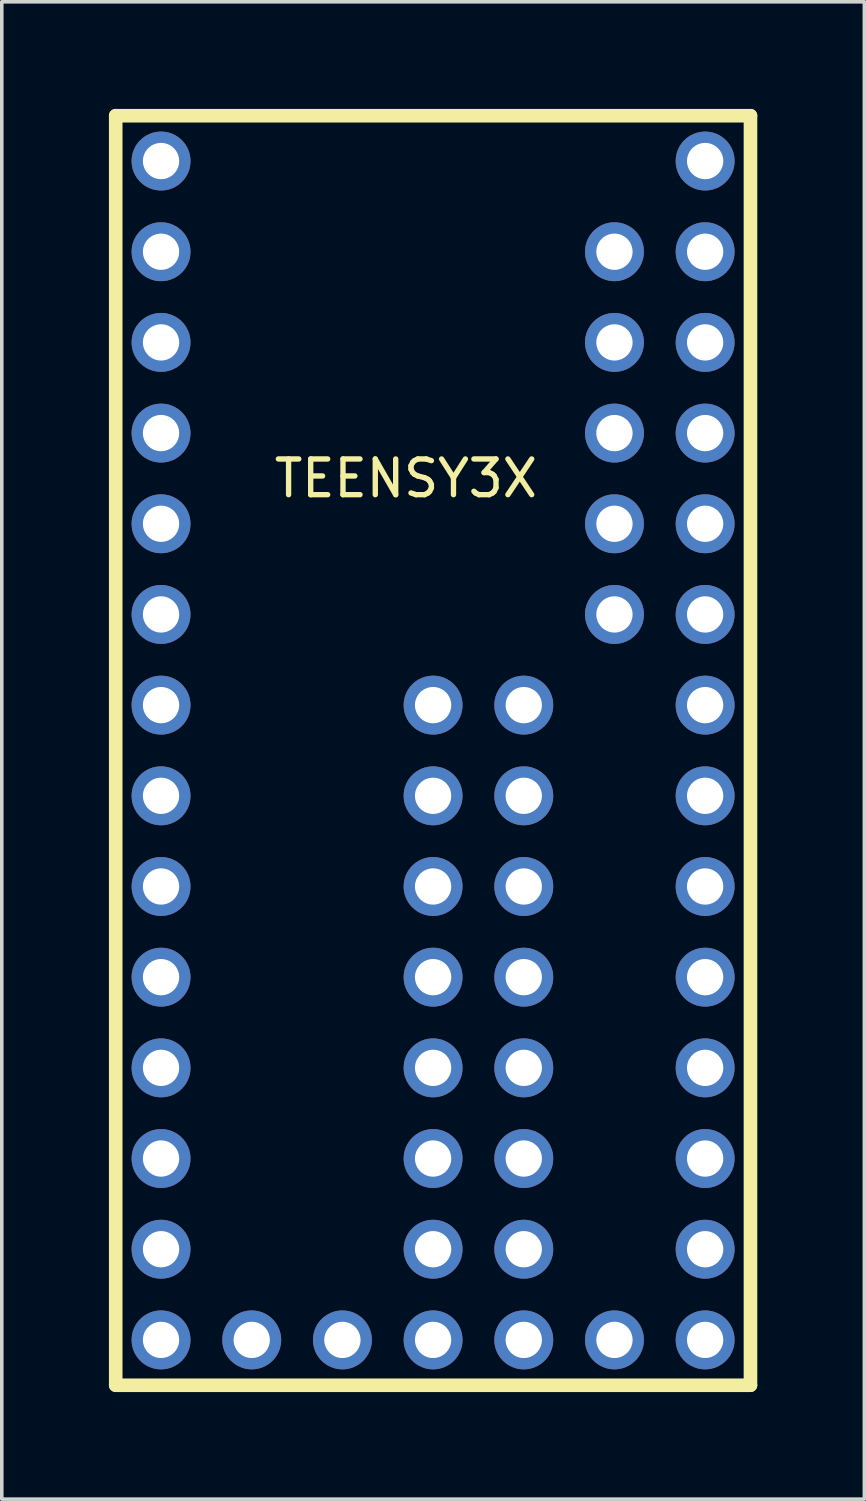
<source format=kicad_pcb>
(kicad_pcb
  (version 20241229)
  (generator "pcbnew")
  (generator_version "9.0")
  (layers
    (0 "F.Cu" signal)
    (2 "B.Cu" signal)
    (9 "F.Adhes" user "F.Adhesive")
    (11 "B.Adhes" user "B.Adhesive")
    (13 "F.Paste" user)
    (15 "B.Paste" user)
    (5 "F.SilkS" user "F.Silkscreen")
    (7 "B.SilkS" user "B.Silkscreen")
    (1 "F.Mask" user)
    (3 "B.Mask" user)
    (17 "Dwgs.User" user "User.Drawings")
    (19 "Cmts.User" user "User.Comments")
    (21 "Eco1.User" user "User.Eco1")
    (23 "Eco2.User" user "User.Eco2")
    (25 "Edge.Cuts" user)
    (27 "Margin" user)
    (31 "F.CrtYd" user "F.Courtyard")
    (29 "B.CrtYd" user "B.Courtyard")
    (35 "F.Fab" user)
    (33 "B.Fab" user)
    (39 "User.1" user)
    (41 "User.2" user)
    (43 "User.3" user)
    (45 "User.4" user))
  (footprint "TEENSY3X"
    (layer "F.Cu")
    (at 9.081 17.971)
    (property "Reference" "TEENSY3X" (at -0.762 -7.62 0) (layer "F.SilkS") (effects (font (size 1 1) (thickness 0.15))))
    (attr through_hole)
    (fp_line (start -8.89 -17.78) (end -8.89 17.78) (stroke (width 0.381) (type solid)) (layer "F.SilkS"))
    (fp_line (start -8.89 17.78) (end 8.89 17.78) (stroke (width 0.381) (type solid)) (layer "F.SilkS"))
    (fp_line (start 8.89 -17.78) (end -8.89 -17.78) (stroke (width 0.381) (type solid)) (layer "F.SilkS"))
    (fp_line (start 8.89 17.78) (end 8.89 -17.78) (stroke (width 0.381) (type solid)) (layer "F.SilkS"))
    (pad "" thru_hole circle (at 5.08 -11.43) (size 1.65 1.65) (drill 1.016) (layers "*.Cu" "*.Mask"))
    (pad "1" thru_hole circle (at -7.62 -16.51) (size 1.65 1.65) (drill 1.016) (layers "*.Cu" "*.Mask"))
    (pad "2" thru_hole circle (at -7.62 -13.97) (size 1.65 1.65) (drill 1.016) (layers "*.Cu" "*.Mask"))
    (pad "3" thru_hole circle (at -7.62 -11.43) (size 1.65 1.65) (drill 1.016) (layers "*.Cu" "*.Mask"))
    (pad "4" thru_hole circle (at -7.62 -8.89) (size 1.65 1.65) (drill 1.016) (layers "*.Cu" "*.Mask"))
    (pad "5" thru_hole circle (at -7.62 -6.35) (size 1.65 1.65) (drill 1.016) (layers "*.Cu" "*.Mask"))
    (pad "6" thru_hole circle (at -7.62 -3.81) (size 1.65 1.65) (drill 1.016) (layers "*.Cu" "*.Mask"))
    (pad "7" thru_hole circle (at -7.62 -1.27) (size 1.65 1.65) (drill 1.016) (layers "*.Cu" "*.Mask"))
    (pad "8" thru_hole circle (at -7.62 1.27) (size 1.65 1.65) (drill 1.016) (layers "*.Cu" "*.Mask"))
    (pad "9" thru_hole circle (at -7.62 3.81) (size 1.65 1.65) (drill 1.016) (layers "*.Cu" "*.Mask"))
    (pad "10" thru_hole circle (at -7.62 6.35) (size 1.65 1.65) (drill 1.016) (layers "*.Cu" "*.Mask"))
    (pad "11" thru_hole circle (at -7.62 8.89) (size 1.65 1.65) (drill 1.016) (layers "*.Cu" "*.Mask"))
    (pad "12" thru_hole circle (at -7.62 11.43) (size 1.65 1.65) (drill 1.016) (layers "*.Cu" "*.Mask"))
    (pad "13" thru_hole circle (at -7.62 13.97) (size 1.65 1.65) (drill 1.016) (layers "*.Cu" "*.Mask"))
    (pad "14" thru_hole circle (at -7.62 16.51) (size 1.65 1.65) (drill 1.016) (layers "*.Cu" "*.Mask"))
    (pad "15" thru_hole circle (at -5.08 16.51) (size 1.65 1.65) (drill 1.016) (layers "*.Cu" "*.Mask"))
    (pad "16" thru_hole circle (at -2.54 16.51) (size 1.65 1.65) (drill 1.016) (layers "*.Cu" "*.Mask"))
    (pad "17" thru_hole circle (at 0 16.51) (size 1.65 1.65) (drill 1.016) (layers "*.Cu" "*.Mask"))
    (pad "18" thru_hole circle (at 2.54 16.51) (size 1.65 1.65) (drill 1.016) (layers "*.Cu" "*.Mask"))
    (pad "19" thru_hole circle (at 5.08 16.51) (size 1.65 1.65) (drill 1.016) (layers "*.Cu" "*.Mask"))
    (pad "20" thru_hole circle (at 7.62 16.51) (size 1.65 1.65) (drill 1.016) (layers "*.Cu" "*.Mask"))
    (pad "21" thru_hole circle (at 7.62 13.97) (size 1.65 1.65) (drill 1.016) (layers "*.Cu" "*.Mask"))
    (pad "22" thru_hole circle (at 7.62 11.43) (size 1.65 1.65) (drill 1.016) (layers "*.Cu" "*.Mask"))
    (pad "23" thru_hole circle (at 7.62 8.89) (size 1.65 1.65) (drill 1.016) (layers "*.Cu" "*.Mask"))
    (pad "24" thru_hole circle (at 7.62 6.35) (size 1.65 1.65) (drill 1.016) (layers "*.Cu" "*.Mask"))
    (pad "25" thru_hole circle (at 7.62 3.81) (size 1.65 1.65) (drill 1.016) (layers "*.Cu" "*.Mask"))
    (pad "26" thru_hole circle (at 7.62 1.27) (size 1.65 1.65) (drill 1.016) (layers "*.Cu" "*.Mask"))
    (pad "27" thru_hole circle (at 7.62 -1.27) (size 1.65 1.65) (drill 1.016) (layers "*.Cu" "*.Mask"))
    (pad "28" thru_hole circle (at 7.62 -3.81) (size 1.65 1.65) (drill 1.016) (layers "*.Cu" "*.Mask"))
    (pad "29" thru_hole circle (at 7.62 -6.35) (size 1.65 1.65) (drill 1.016) (layers "*.Cu" "*.Mask"))
    (pad "30" thru_hole circle (at 7.62 -8.89) (size 1.65 1.65) (drill 1.016) (layers "*.Cu" "*.Mask"))
    (pad "31" thru_hole circle (at 7.62 -11.43) (size 1.65 1.65) (drill 1.016) (layers "*.Cu" "*.Mask"))
    (pad "32" thru_hole circle (at 7.62 -13.97) (size 1.65 1.65) (drill 1.016) (layers "*.Cu" "*.Mask"))
    (pad "33" thru_hole circle (at 7.62 -16.51) (size 1.65 1.65) (drill 1.016) (layers "*.Cu" "*.Mask"))
    (pad "34" thru_hole circle (at 0 -1.27) (size 1.65 1.65) (drill 1.016) (layers "*.Cu" "*.Mask"))
    (pad "35" thru_hole circle (at 0 1.27) (size 1.65 1.65) (drill 1.016) (layers "*.Cu" "*.Mask"))
    (pad "36" thru_hole circle (at 0 3.81) (size 1.65 1.65) (drill 1.016) (layers "*.Cu" "*.Mask"))
    (pad "37" thru_hole circle (at 0 6.35) (size 1.65 1.65) (drill 1.016) (layers "*.Cu" "*.Mask"))
    (pad "38" thru_hole circle (at 0 8.89) (size 1.65 1.65) (drill 1.016) (layers "*.Cu" "*.Mask"))
    (pad "39" thru_hole circle (at 0 11.43) (size 1.65 1.65) (drill 1.016) (layers "*.Cu" "*.Mask"))
    (pad "40" thru_hole circle (at 0 13.97) (size 1.65 1.65) (drill 1.016) (layers "*.Cu" "*.Mask"))
    (pad "41" thru_hole circle (at 2.54 13.97) (size 1.65 1.65) (drill 1.016) (layers "*.Cu" "*.Mask"))
    (pad "42" thru_hole circle (at 2.54 11.43) (size 1.65 1.65) (drill 1.016) (layers "*.Cu" "*.Mask"))
    (pad "43" thru_hole circle (at 2.54 8.89) (size 1.65 1.65) (drill 1.016) (layers "*.Cu" "*.Mask"))
    (pad "44" thru_hole circle (at 2.54 6.35) (size 1.65 1.65) (drill 1.016) (layers "*.Cu" "*.Mask"))
    (pad "45" thru_hole circle (at 2.54 3.81) (size 1.65 1.65) (drill 1.016) (layers "*.Cu" "*.Mask"))
    (pad "46" thru_hole circle (at 2.54 1.27) (size 1.65 1.65) (drill 1.016) (layers "*.Cu" "*.Mask"))
    (pad "47" thru_hole circle (at 2.54 -1.27) (size 1.65 1.65) (drill 1.016) (layers "*.Cu" "*.Mask"))
    (pad "48" thru_hole circle (at 5.08 -3.81) (size 1.65 1.65) (drill 1.016) (layers "*.Cu" "*.Mask"))
    (pad "49" thru_hole circle (at 5.08 -6.35) (size 1.65 1.65) (drill 1.016) (layers "*.Cu" "*.Mask"))
    (pad "50" thru_hole circle (at 5.08 -8.89) (size 1.65 1.65) (drill 1.016) (layers "*.Cu" "*.Mask"))
    (pad "51" thru_hole circle (at 5.08 -13.97) (size 1.65 1.65) (drill 1.016) (layers "*.Cu" "*.Mask")))
  (gr_rect
    (start -3 -3)
    (end 21.161 38.941)
    (stroke (width 0.1) (type default))
    (fill no)
    (layer "Edge.Cuts")))
</source>
